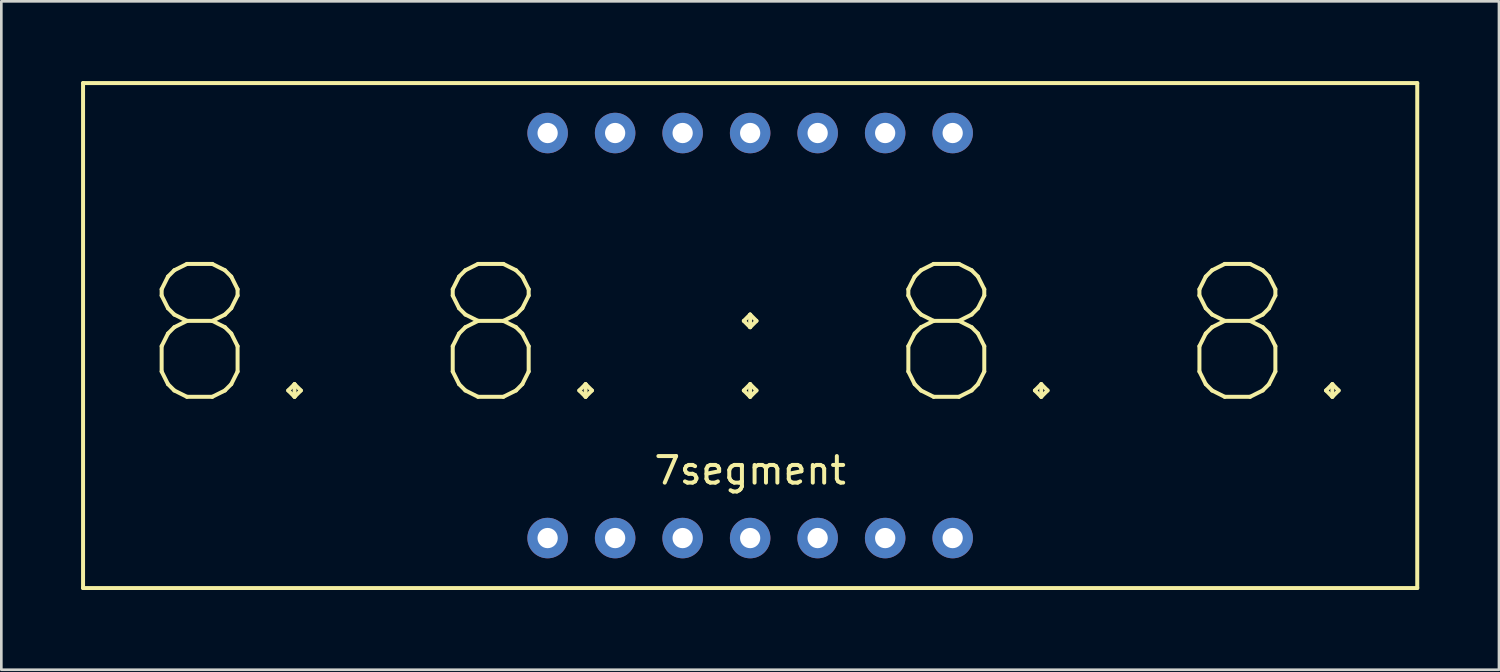
<source format=kicad_pcb>
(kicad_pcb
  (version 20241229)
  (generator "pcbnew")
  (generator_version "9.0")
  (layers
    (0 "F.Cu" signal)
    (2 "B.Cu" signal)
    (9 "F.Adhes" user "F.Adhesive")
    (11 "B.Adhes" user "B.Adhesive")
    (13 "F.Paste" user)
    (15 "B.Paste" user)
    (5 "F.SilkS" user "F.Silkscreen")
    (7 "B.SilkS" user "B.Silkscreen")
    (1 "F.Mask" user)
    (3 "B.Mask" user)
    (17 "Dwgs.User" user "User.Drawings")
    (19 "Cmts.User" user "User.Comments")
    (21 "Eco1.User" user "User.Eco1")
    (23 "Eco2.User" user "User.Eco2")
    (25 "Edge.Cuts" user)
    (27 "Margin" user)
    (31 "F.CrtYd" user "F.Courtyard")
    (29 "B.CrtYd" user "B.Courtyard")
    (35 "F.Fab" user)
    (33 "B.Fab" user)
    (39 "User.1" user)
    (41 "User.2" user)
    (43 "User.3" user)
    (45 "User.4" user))
  (footprint "7segment"
    (layer "F.Cu")
    (at 25.175 9.575)
    (property "Reference" "7segment" (at 0 5.08 0) (layer "F.SilkS") (effects (font (size 1 1) (thickness 0.15))))
    (attr through_hole)
    (fp_line (start -25.1 -9.5) (end -25.1 9.5) (stroke (width 0.15) (type solid)) (layer "F.SilkS"))
    (fp_line (start -25.1 -9.5) (end 25.1 -9.5) (stroke (width 0.15) (type solid)) (layer "F.SilkS"))
    (fp_line (start -25.1 9.5) (end 25.1 9.5) (stroke (width 0.15) (type solid)) (layer "F.SilkS"))
    (fp_line (start 25.1 9.5) (end 25.1 -9.5) (stroke (width 0.15) (type solid)) (layer "F.SilkS"))
    (fp_text user "8. 8. : 8. 8." (at 0 0 0) (layer "F.SilkS") (effects (font (size 5 5) (thickness 0.15))))
    (pad "1" thru_hole circle (at -7.62 7.62) (size 1.524 1.524) (drill 0.762) (layers "*.Cu" "*.Mask"))
    (pad "2" thru_hole circle (at -5.08 7.62) (size 1.524 1.524) (drill 0.762) (layers "*.Cu" "*.Mask"))
    (pad "3" thru_hole circle (at -2.54 7.62) (size 1.524 1.524) (drill 0.762) (layers "*.Cu" "*.Mask"))
    (pad "4" thru_hole circle (at 0 7.62) (size 1.524 1.524) (drill 0.762) (layers "*.Cu" "*.Mask"))
    (pad "5" thru_hole circle (at 2.54 7.62) (size 1.524 1.524) (drill 0.762) (layers "*.Cu" "*.Mask"))
    (pad "6" thru_hole circle (at 5.08 7.62) (size 1.524 1.524) (drill 0.762) (layers "*.Cu" "*.Mask"))
    (pad "7" thru_hole circle (at 7.62 7.62) (size 1.524 1.524) (drill 0.762) (layers "*.Cu" "*.Mask"))
    (pad "8" thru_hole circle (at 7.62 -7.62) (size 1.524 1.524) (drill 0.762) (layers "*.Cu" "*.Mask"))
    (pad "9" thru_hole circle (at 5.08 -7.62) (size 1.524 1.524) (drill 0.762) (layers "*.Cu" "*.Mask"))
    (pad "10" thru_hole circle (at 2.54 -7.62) (size 1.524 1.524) (drill 0.762) (layers "*.Cu" "*.Mask"))
    (pad "11" thru_hole circle (at 0 -7.62) (size 1.524 1.524) (drill 0.762) (layers "*.Cu" "*.Mask"))
    (pad "12" thru_hole circle (at -2.54 -7.62) (size 1.524 1.524) (drill 0.762) (layers "*.Cu" "*.Mask"))
    (pad "13" thru_hole circle (at -5.08 -7.62) (size 1.524 1.524) (drill 0.762) (layers "*.Cu" "*.Mask"))
    (pad "14" thru_hole circle (at -7.62 -7.62) (size 1.524 1.524) (drill 0.762) (layers "*.Cu" "*.Mask")))
  (gr_rect
    (start -3 -3)
    (end 53.35 22.15)
    (stroke (width 0.1) (type default))
    (fill no)
    (layer "Edge.Cuts")))
</source>
